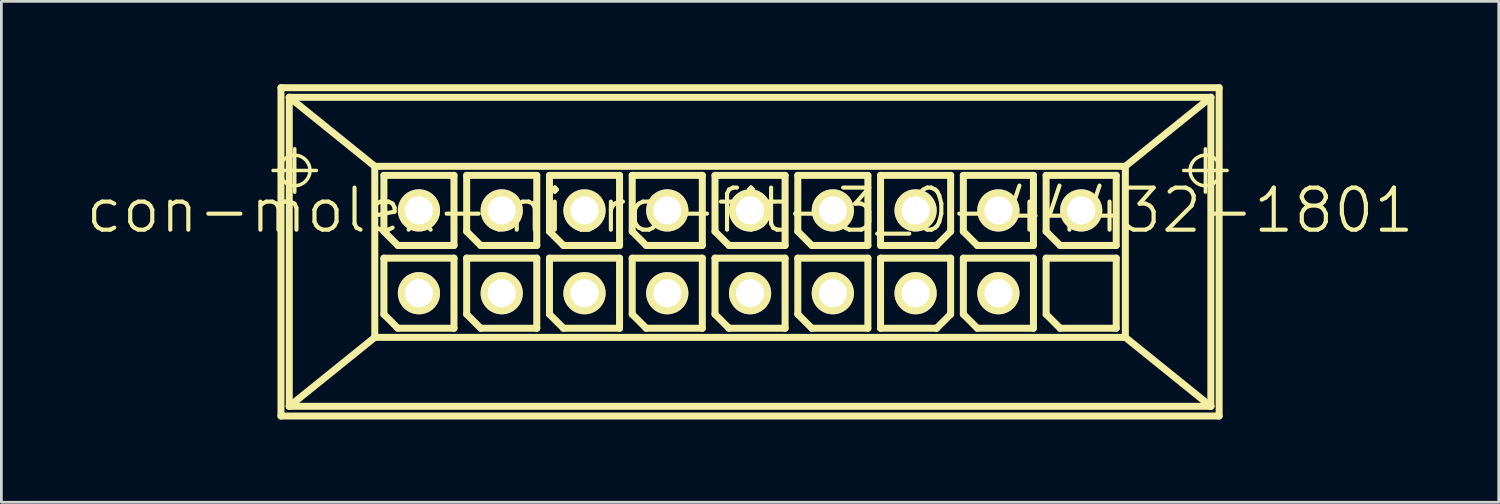
<source format=kicad_pcb>
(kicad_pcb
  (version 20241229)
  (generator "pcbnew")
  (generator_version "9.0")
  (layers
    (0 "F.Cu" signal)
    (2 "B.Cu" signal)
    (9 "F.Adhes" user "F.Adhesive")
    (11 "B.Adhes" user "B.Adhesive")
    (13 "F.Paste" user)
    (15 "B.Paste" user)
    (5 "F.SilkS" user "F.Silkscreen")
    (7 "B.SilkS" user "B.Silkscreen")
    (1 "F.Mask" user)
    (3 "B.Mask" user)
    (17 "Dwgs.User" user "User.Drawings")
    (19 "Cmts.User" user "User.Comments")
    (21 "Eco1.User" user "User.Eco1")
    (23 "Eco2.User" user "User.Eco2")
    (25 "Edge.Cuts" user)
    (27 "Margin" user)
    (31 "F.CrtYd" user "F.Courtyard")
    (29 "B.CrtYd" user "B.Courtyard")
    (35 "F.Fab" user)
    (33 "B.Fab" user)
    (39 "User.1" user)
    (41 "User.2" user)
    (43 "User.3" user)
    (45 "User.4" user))
  (footprint "con-molex-micro-fit-3_0-44432-1801"
    (layer "F.Cu")
    (at 24.13 4.575)
    (property "Reference" "con-molex-micro-fit-3_0-44432-1801" (at 0 0 0) (layer "F.SilkS") (effects (font (size 1.524 1.524) (thickness 0.15))))
    (attr exclude_from_pos_files exclude_from_bom)
    (fp_line (start -17.285 -1.448) (end -15.715 -1.448) (stroke (width 0.127) (type solid)) (layer "F.SilkS"))
    (fp_line (start -16.998 -4.448) (end 16.998 -4.448) (stroke (width 0.254) (type solid)) (layer "F.SilkS"))
    (fp_line (start -16.998 7.45) (end -16.998 -4.448) (stroke (width 0.254) (type solid)) (layer "F.SilkS"))
    (fp_line (start -16.698 -4.1) (end -13.599 -1.598) (stroke (width 0.254) (type solid)) (layer "F.SilkS"))
    (fp_line (start -16.698 -4.1) (end 16.698 -4.1) (stroke (width 0.254) (type solid)) (layer "F.SilkS"))
    (fp_line (start -16.698 7.099) (end -16.698 -4.1) (stroke (width 0.254) (type solid)) (layer "F.SilkS"))
    (fp_line (start -16.5 -0.663) (end -16.5 -2.233) (stroke (width 0.127) (type solid)) (layer "F.SilkS"))
    (fp_line (start -13.599 -1.598) (end -13.599 4.6) (stroke (width 0.254) (type solid)) (layer "F.SilkS"))
    (fp_line (start -13.599 -1.598) (end 13.599 -1.598) (stroke (width 0.254) (type solid)) (layer "F.SilkS"))
    (fp_line (start -13.599 4.6) (end -16.698 7.099) (stroke (width 0.254) (type solid)) (layer "F.SilkS"))
    (fp_line (start -13.599 4.6) (end 13.599 4.6) (stroke (width 0.254) (type solid)) (layer "F.SilkS"))
    (fp_line (start -13.269 -1.27) (end -10.729 -1.27) (stroke (width 0.254) (type solid)) (layer "F.SilkS"))
    (fp_line (start -13.269 0.762) (end -13.269 -1.27) (stroke (width 0.254) (type solid)) (layer "F.SilkS"))
    (fp_line (start -13.269 1.73) (end -10.729 1.73) (stroke (width 0.254) (type solid)) (layer "F.SilkS"))
    (fp_line (start -13.269 3.762) (end -13.269 1.73) (stroke (width 0.254) (type solid)) (layer "F.SilkS"))
    (fp_line (start -12.761 1.27) (end -13.269 0.762) (stroke (width 0.254) (type solid)) (layer "F.SilkS"))
    (fp_line (start -12.761 4.27) (end -13.269 3.762) (stroke (width 0.254) (type solid)) (layer "F.SilkS"))
    (fp_line (start -10.729 -1.27) (end -10.729 1.27) (stroke (width 0.254) (type solid)) (layer "F.SilkS"))
    (fp_line (start -10.729 1.27) (end -12.761 1.27) (stroke (width 0.254) (type solid)) (layer "F.SilkS"))
    (fp_line (start -10.729 1.73) (end -10.729 4.27) (stroke (width 0.254) (type solid)) (layer "F.SilkS"))
    (fp_line (start -10.729 4.27) (end -12.761 4.27) (stroke (width 0.254) (type solid)) (layer "F.SilkS"))
    (fp_line (start -10.269 -1.27) (end -7.729 -1.27) (stroke (width 0.254) (type solid)) (layer "F.SilkS"))
    (fp_line (start -10.269 0.762) (end -10.269 -1.27) (stroke (width 0.254) (type solid)) (layer "F.SilkS"))
    (fp_line (start -10.269 1.73) (end -7.729 1.73) (stroke (width 0.254) (type solid)) (layer "F.SilkS"))
    (fp_line (start -10.269 3.762) (end -10.269 1.73) (stroke (width 0.254) (type solid)) (layer "F.SilkS"))
    (fp_line (start -9.761 1.27) (end -10.269 0.762) (stroke (width 0.254) (type solid)) (layer "F.SilkS"))
    (fp_line (start -9.761 4.27) (end -10.269 3.762) (stroke (width 0.254) (type solid)) (layer "F.SilkS"))
    (fp_line (start -7.729 -1.27) (end -7.729 1.27) (stroke (width 0.254) (type solid)) (layer "F.SilkS"))
    (fp_line (start -7.729 1.27) (end -9.761 1.27) (stroke (width 0.254) (type solid)) (layer "F.SilkS"))
    (fp_line (start -7.729 1.73) (end -7.729 4.27) (stroke (width 0.254) (type solid)) (layer "F.SilkS"))
    (fp_line (start -7.729 4.27) (end -9.761 4.27) (stroke (width 0.254) (type solid)) (layer "F.SilkS"))
    (fp_line (start -7.269 -1.27) (end -4.729 -1.27) (stroke (width 0.254) (type solid)) (layer "F.SilkS"))
    (fp_line (start -7.269 0.762) (end -7.269 -1.27) (stroke (width 0.254) (type solid)) (layer "F.SilkS"))
    (fp_line (start -7.269 1.73) (end -4.729 1.73) (stroke (width 0.254) (type solid)) (layer "F.SilkS"))
    (fp_line (start -7.269 3.762) (end -7.269 1.73) (stroke (width 0.254) (type solid)) (layer "F.SilkS"))
    (fp_line (start -6.761 1.27) (end -7.269 0.762) (stroke (width 0.254) (type solid)) (layer "F.SilkS"))
    (fp_line (start -6.761 4.27) (end -7.269 3.762) (stroke (width 0.254) (type solid)) (layer "F.SilkS"))
    (fp_line (start -4.729 -1.27) (end -4.729 1.27) (stroke (width 0.254) (type solid)) (layer "F.SilkS"))
    (fp_line (start -4.729 1.27) (end -6.761 1.27) (stroke (width 0.254) (type solid)) (layer "F.SilkS"))
    (fp_line (start -4.729 1.73) (end -4.729 4.27) (stroke (width 0.254) (type solid)) (layer "F.SilkS"))
    (fp_line (start -4.729 4.27) (end -6.761 4.27) (stroke (width 0.254) (type solid)) (layer "F.SilkS"))
    (fp_line (start -4.27 -1.27) (end -1.73 -1.27) (stroke (width 0.254) (type solid)) (layer "F.SilkS"))
    (fp_line (start -4.27 0.762) (end -4.27 -1.27) (stroke (width 0.254) (type solid)) (layer "F.SilkS"))
    (fp_line (start -4.27 1.73) (end -1.73 1.73) (stroke (width 0.254) (type solid)) (layer "F.SilkS"))
    (fp_line (start -4.27 3.762) (end -4.27 1.73) (stroke (width 0.254) (type solid)) (layer "F.SilkS"))
    (fp_line (start -3.762 1.27) (end -4.27 0.762) (stroke (width 0.254) (type solid)) (layer "F.SilkS"))
    (fp_line (start -3.762 4.27) (end -4.27 3.762) (stroke (width 0.254) (type solid)) (layer "F.SilkS"))
    (fp_line (start -1.73 -1.27) (end -1.73 1.27) (stroke (width 0.254) (type solid)) (layer "F.SilkS"))
    (fp_line (start -1.73 1.27) (end -3.762 1.27) (stroke (width 0.254) (type solid)) (layer "F.SilkS"))
    (fp_line (start -1.73 1.73) (end -1.73 4.27) (stroke (width 0.254) (type solid)) (layer "F.SilkS"))
    (fp_line (start -1.73 4.27) (end -3.762 4.27) (stroke (width 0.254) (type solid)) (layer "F.SilkS"))
    (fp_line (start -1.27 -1.27) (end 1.27 -1.27) (stroke (width 0.254) (type solid)) (layer "F.SilkS"))
    (fp_line (start -1.27 0.762) (end -1.27 -1.27) (stroke (width 0.254) (type solid)) (layer "F.SilkS"))
    (fp_line (start -1.27 1.73) (end 1.27 1.73) (stroke (width 0.254) (type solid)) (layer "F.SilkS"))
    (fp_line (start -1.27 3.762) (end -1.27 1.73) (stroke (width 0.254) (type solid)) (layer "F.SilkS"))
    (fp_line (start -0.762 1.27) (end -1.27 0.762) (stroke (width 0.254) (type solid)) (layer "F.SilkS"))
    (fp_line (start -0.762 4.27) (end -1.27 3.762) (stroke (width 0.254) (type solid)) (layer "F.SilkS"))
    (fp_line (start 1.27 -1.27) (end 1.27 1.27) (stroke (width 0.254) (type solid)) (layer "F.SilkS"))
    (fp_line (start 1.27 1.27) (end -0.762 1.27) (stroke (width 0.254) (type solid)) (layer "F.SilkS"))
    (fp_line (start 1.27 1.73) (end 1.27 4.27) (stroke (width 0.254) (type solid)) (layer "F.SilkS"))
    (fp_line (start 1.27 4.27) (end -0.762 4.27) (stroke (width 0.254) (type solid)) (layer "F.SilkS"))
    (fp_line (start 1.73 -1.27) (end 4.27 -1.27) (stroke (width 0.254) (type solid)) (layer "F.SilkS"))
    (fp_line (start 1.73 0.762) (end 1.73 -1.27) (stroke (width 0.254) (type solid)) (layer "F.SilkS"))
    (fp_line (start 1.73 1.73) (end 4.27 1.73) (stroke (width 0.254) (type solid)) (layer "F.SilkS"))
    (fp_line (start 1.73 3.762) (end 1.73 1.73) (stroke (width 0.254) (type solid)) (layer "F.SilkS"))
    (fp_line (start 2.238 1.27) (end 1.73 0.762) (stroke (width 0.254) (type solid)) (layer "F.SilkS"))
    (fp_line (start 2.238 4.27) (end 1.73 3.762) (stroke (width 0.254) (type solid)) (layer "F.SilkS"))
    (fp_line (start 4.27 -1.27) (end 4.27 1.27) (stroke (width 0.254) (type solid)) (layer "F.SilkS"))
    (fp_line (start 4.27 1.27) (end 2.238 1.27) (stroke (width 0.254) (type solid)) (layer "F.SilkS"))
    (fp_line (start 4.27 1.73) (end 4.27 4.27) (stroke (width 0.254) (type solid)) (layer "F.SilkS"))
    (fp_line (start 4.27 4.27) (end 2.238 4.27) (stroke (width 0.254) (type solid)) (layer "F.SilkS"))
    (fp_line (start 4.729 -1.27) (end 7.269 -1.27) (stroke (width 0.254) (type solid)) (layer "F.SilkS"))
    (fp_line (start 4.729 1.27) (end 4.729 -1.27) (stroke (width 0.254) (type solid)) (layer "F.SilkS"))
    (fp_line (start 4.729 1.73) (end 7.269 1.73) (stroke (width 0.254) (type solid)) (layer "F.SilkS"))
    (fp_line (start 4.729 4.27) (end 4.729 1.73) (stroke (width 0.254) (type solid)) (layer "F.SilkS"))
    (fp_line (start 6.761 1.27) (end 4.729 1.27) (stroke (width 0.254) (type solid)) (layer "F.SilkS"))
    (fp_line (start 6.761 4.27) (end 4.729 4.27) (stroke (width 0.254) (type solid)) (layer "F.SilkS"))
    (fp_line (start 7.269 -1.27) (end 7.269 0.762) (stroke (width 0.254) (type solid)) (layer "F.SilkS"))
    (fp_line (start 7.269 0.762) (end 6.761 1.27) (stroke (width 0.254) (type solid)) (layer "F.SilkS"))
    (fp_line (start 7.269 1.73) (end 7.269 3.762) (stroke (width 0.254) (type solid)) (layer "F.SilkS"))
    (fp_line (start 7.269 3.762) (end 6.761 4.27) (stroke (width 0.254) (type solid)) (layer "F.SilkS"))
    (fp_line (start 7.729 -1.27) (end 10.269 -1.27) (stroke (width 0.254) (type solid)) (layer "F.SilkS"))
    (fp_line (start 7.729 0.762) (end 7.729 -1.27) (stroke (width 0.254) (type solid)) (layer "F.SilkS"))
    (fp_line (start 7.729 1.73) (end 10.269 1.73) (stroke (width 0.254) (type solid)) (layer "F.SilkS"))
    (fp_line (start 7.729 3.762) (end 7.729 1.73) (stroke (width 0.254) (type solid)) (layer "F.SilkS"))
    (fp_line (start 8.237 1.27) (end 7.729 0.762) (stroke (width 0.254) (type solid)) (layer "F.SilkS"))
    (fp_line (start 8.237 4.27) (end 7.729 3.762) (stroke (width 0.254) (type solid)) (layer "F.SilkS"))
    (fp_line (start 10.269 -1.27) (end 10.269 1.27) (stroke (width 0.254) (type solid)) (layer "F.SilkS"))
    (fp_line (start 10.269 1.27) (end 8.237 1.27) (stroke (width 0.254) (type solid)) (layer "F.SilkS"))
    (fp_line (start 10.269 1.73) (end 10.269 4.27) (stroke (width 0.254) (type solid)) (layer "F.SilkS"))
    (fp_line (start 10.269 4.27) (end 8.237 4.27) (stroke (width 0.254) (type solid)) (layer "F.SilkS"))
    (fp_line (start 10.729 -1.27) (end 13.269 -1.27) (stroke (width 0.254) (type solid)) (layer "F.SilkS"))
    (fp_line (start 10.729 0.762) (end 10.729 -1.27) (stroke (width 0.254) (type solid)) (layer "F.SilkS"))
    (fp_line (start 10.729 1.73) (end 13.269 1.73) (stroke (width 0.254) (type solid)) (layer "F.SilkS"))
    (fp_line (start 10.729 3.762) (end 10.729 1.73) (stroke (width 0.254) (type solid)) (layer "F.SilkS"))
    (fp_line (start 11.237 1.27) (end 10.729 0.762) (stroke (width 0.254) (type solid)) (layer "F.SilkS"))
    (fp_line (start 11.237 4.27) (end 10.729 3.762) (stroke (width 0.254) (type solid)) (layer "F.SilkS"))
    (fp_line (start 13.269 -1.27) (end 13.269 1.27) (stroke (width 0.254) (type solid)) (layer "F.SilkS"))
    (fp_line (start 13.269 1.27) (end 11.237 1.27) (stroke (width 0.254) (type solid)) (layer "F.SilkS"))
    (fp_line (start 13.269 1.73) (end 13.269 4.27) (stroke (width 0.254) (type solid)) (layer "F.SilkS"))
    (fp_line (start 13.269 4.27) (end 11.237 4.27) (stroke (width 0.254) (type solid)) (layer "F.SilkS"))
    (fp_line (start 13.599 -1.598) (end 16.698 -4.1) (stroke (width 0.254) (type solid)) (layer "F.SilkS"))
    (fp_line (start 13.599 4.6) (end 13.599 -1.598) (stroke (width 0.254) (type solid)) (layer "F.SilkS"))
    (fp_line (start 13.599 4.6) (end 16.698 7.099) (stroke (width 0.254) (type solid)) (layer "F.SilkS"))
    (fp_line (start 15.715 -1.448) (end 17.285 -1.448) (stroke (width 0.127) (type solid)) (layer "F.SilkS"))
    (fp_line (start 16.5 -0.663) (end 16.5 -2.233) (stroke (width 0.127) (type solid)) (layer "F.SilkS"))
    (fp_line (start 16.698 -4.1) (end 16.698 7.099) (stroke (width 0.254) (type solid)) (layer "F.SilkS"))
    (fp_line (start 16.698 7.099) (end -16.698 7.099) (stroke (width 0.254) (type solid)) (layer "F.SilkS"))
    (fp_line (start 16.998 -4.448) (end 16.998 7.45) (stroke (width 0.254) (type solid)) (layer "F.SilkS"))
    (fp_line (start 16.998 7.45) (end -16.998 7.45) (stroke (width 0.254) (type solid)) (layer "F.SilkS"))
    (fp_circle (center -16.5 -1.448) (end -16.891 -1.839) (stroke (width 0.127) (type solid)) (fill no) (layer "F.SilkS"))
    (fp_circle (center 16.5 -1.448) (end 16.891 -1.839) (stroke (width 0.127) (type solid)) (fill no) (layer "F.SilkS"))
    (pad "P$1" thru_hole rect (at 11.999 3) (size 0.001 0.001) (drill 1.019) (layers "*.Cu" "F.Mask" "F.SilkS" "F.Paste"))
    (pad "P$2" thru_hole circle (at 8.999 3) (size 1.529 1.529) (drill 1.019) (layers "*.Cu" "F.Mask" "F.SilkS" "F.Paste"))
    (pad "P$3" thru_hole circle (at 5.999 3) (size 1.529 1.529) (drill 1.019) (layers "*.Cu" "F.Mask" "F.SilkS" "F.Paste"))
    (pad "P$4" thru_hole circle (at 3 3) (size 1.529 1.529) (drill 1.019) (layers "*.Cu" "F.Mask" "F.SilkS" "F.Paste"))
    (pad "P$5" thru_hole circle (at 0 3) (size 1.529 1.529) (drill 1.019) (layers "*.Cu" "F.Mask" "F.SilkS" "F.Paste"))
    (pad "P$6" thru_hole circle (at -3 3) (size 1.529 1.529) (drill 1.019) (layers "*.Cu" "F.Mask" "F.SilkS" "F.Paste"))
    (pad "P$7" thru_hole circle (at -5.999 3) (size 1.529 1.529) (drill 1.019) (layers "*.Cu" "F.Mask" "F.SilkS" "F.Paste"))
    (pad "P$8" thru_hole circle (at -8.999 3) (size 1.529 1.529) (drill 1.019) (layers "*.Cu" "F.Mask" "F.SilkS" "F.Paste"))
    (pad "P$9" thru_hole circle (at -11.999 3) (size 1.529 1.529) (drill 1.019) (layers "*.Cu" "F.Mask" "F.SilkS" "F.Paste"))
    (pad "P$10" thru_hole circle (at 11.999 0) (size 1.529 1.529) (drill 1.019) (layers "*.Cu" "F.Mask" "F.SilkS" "F.Paste"))
    (pad "P$11" thru_hole circle (at 8.999 0) (size 1.529 1.529) (drill 1.019) (layers "*.Cu" "F.Mask" "F.SilkS" "F.Paste"))
    (pad "P$12" thru_hole circle (at 5.999 0) (size 1.529 1.529) (drill 1.019) (layers "*.Cu" "F.Mask" "F.SilkS" "F.Paste"))
    (pad "P$13" thru_hole circle (at 3 0) (size 1.529 1.529) (drill 1.019) (layers "*.Cu" "F.Mask" "F.SilkS" "F.Paste"))
    (pad "P$14" thru_hole circle (at 0 0) (size 1.529 1.529) (drill 1.019) (layers "*.Cu" "F.Mask" "F.SilkS" "F.Paste"))
    (pad "P$15" thru_hole circle (at -3 0) (size 1.529 1.529) (drill 1.019) (layers "*.Cu" "F.Mask" "F.SilkS" "F.Paste"))
    (pad "P$16" thru_hole circle (at -5.999 0) (size 1.529 1.529) (drill 1.019) (layers "*.Cu" "F.Mask" "F.SilkS" "F.Paste"))
    (pad "P$17" thru_hole circle (at -8.999 0) (size 1.529 1.529) (drill 1.019) (layers "*.Cu" "F.Mask" "F.SilkS" "F.Paste"))
    (pad "P$18" thru_hole circle (at -11.999 0) (size 1.529 1.529) (drill 1.019) (layers "*.Cu" "F.Mask" "F.SilkS" "F.Paste")))
  (gr_rect
    (start -3 -3)
    (end 51.26 15.151)
    (stroke (width 0.1) (type default))
    (fill no)
    (layer "Edge.Cuts")))
</source>
